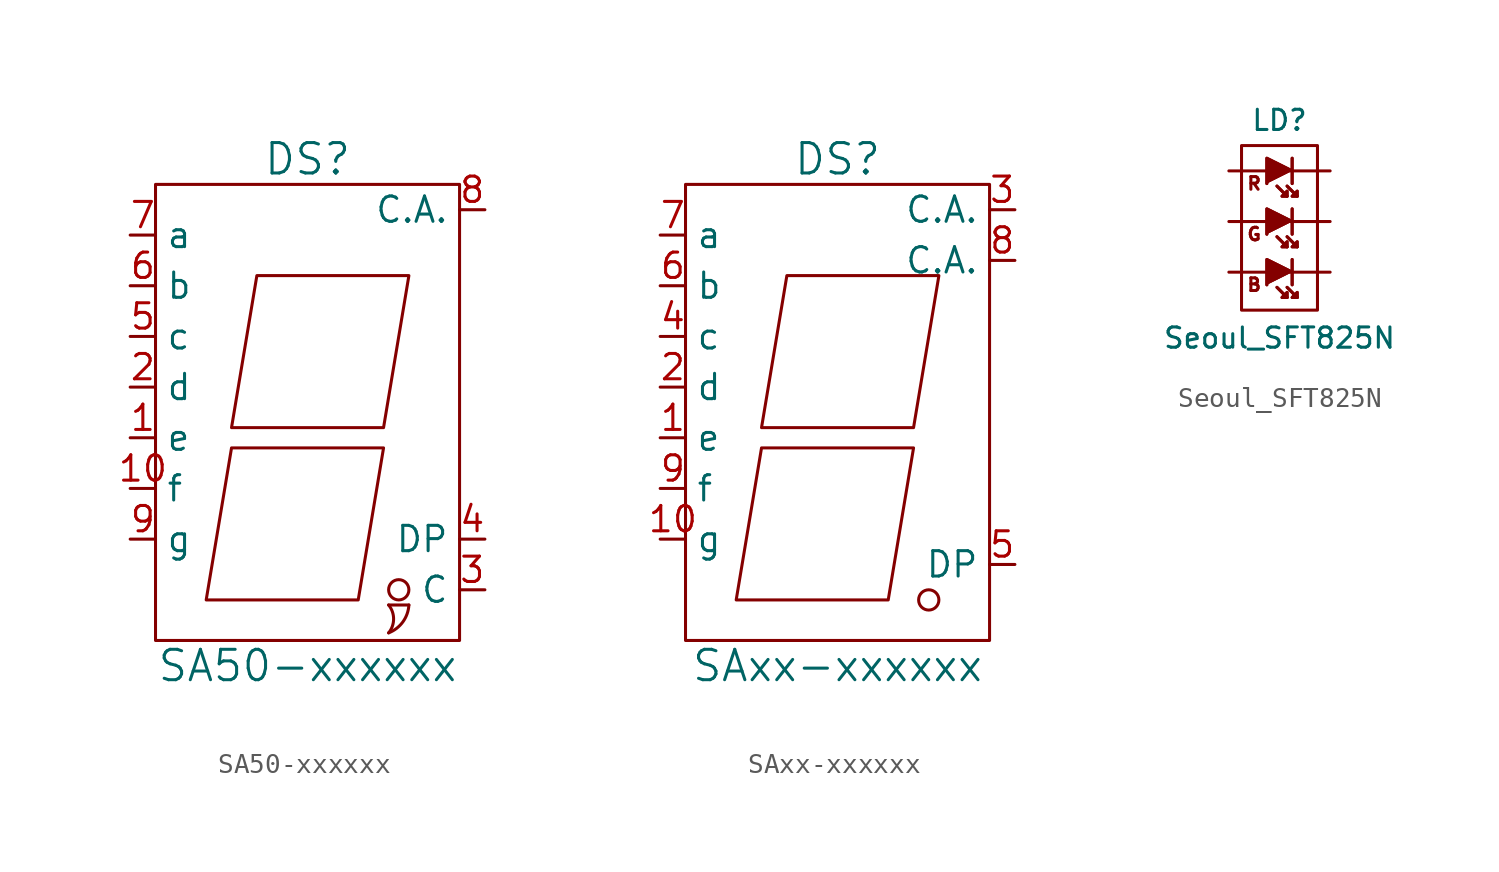
<source format=kicad_sym>
(kicad_symbol_lib
  (version 20220914)
  (generator kicad_symbol_editor)
  (symbol "SA50-xxxxxx"
    (property "Reference" "DS"
      (at 0 13.97 0)
      (effects (font (size 1.524 1.524))))
    (property "Value" "SA50-xxxxxx"
      (at 0 -11.43 0)
      (effects (font (size 1.524 1.524))))
    (property "Footprint" ""
      (at 0 0 0)
      (effects (font (size 1.524 1.524))))
    (property "Datasheet" ""
      (at 0 0 0)
      (effects (font (size 1.524 1.524))))
    (symbol "SA50-xxxxxx_0_1"
      (rectangle (start -7.62 12.7) (end 7.62 -10.16) (stroke (width 0) (type solid)) (fill (type none)))
      (polyline (pts (xy 4.064 -8.382) (xy 5.08 -8.382)) (stroke (width 0) (type solid)) (fill (type none)))
      (polyline (pts (xy -3.81 -0.508) (xy 3.81 -0.508) (xy 2.54 -8.128) (xy -5.08 -8.128) (xy -3.81 -0.508) (xy -3.81 -0.508)) (stroke (width 0) (type solid)) (fill (type none)))
      (polyline (pts (xy -2.54 8.128) (xy 5.08 8.128) (xy 3.81 0.508) (xy -3.81 0.508) (xy -2.54 8.128) (xy -2.54 8.128)) (stroke (width 0) (type solid)) (fill (type none)))
      (arc (start 4.064 -9.779) (mid 4.3134 -9.0779) (end 4.064 -8.382) (stroke (width 0) (type solid)) (fill (type none)))
      (arc (start 4.064 -9.779) (mid 4.7783 -9.2296) (end 5.08 -8.382) (stroke (width 0) (type solid)) (fill (type none)))
      (circle (center 4.572 -7.62) (radius 0.508) (stroke (width 0) (type solid)) (fill (type none))))
    (symbol "SA50-xxxxxx_1_1"
      (pin input line (at -8.89 0 0) (length 1.27) (name "e" (effects (font (size 1.27 1.27)))) (number "1" (effects (font (size 1.27 1.27)))))
      (pin input line (at -8.89 -2.54 0) (length 1.27) (name "f" (effects (font (size 1.27 1.27)))) (number "10" (effects (font (size 1.27 1.27)))))
      (pin input line (at -8.89 2.54 0) (length 1.27) (name "d" (effects (font (size 1.27 1.27)))) (number "2" (effects (font (size 1.27 1.27)))))
      (pin input line (at 8.89 -7.62 180) (length 1.27) (name "C" (effects (font (size 1.27 1.27)))) (number "3" (effects (font (size 1.27 1.27)))))
      (pin input line (at 8.89 -5.08 180) (length 1.27) (name "DP" (effects (font (size 1.27 1.27)))) (number "4" (effects (font (size 1.27 1.27)))))
      (pin input line (at -8.89 5.08 0) (length 1.27) (name "c" (effects (font (size 1.27 1.27)))) (number "5" (effects (font (size 1.27 1.27)))))
      (pin input line (at -8.89 7.62 0) (length 1.27) (name "b" (effects (font (size 1.27 1.27)))) (number "6" (effects (font (size 1.27 1.27)))))
      (pin input line (at -8.89 10.16 0) (length 1.27) (name "a" (effects (font (size 1.27 1.27)))) (number "7" (effects (font (size 1.27 1.27)))))
      (pin input line (at 8.89 11.43 180) (length 1.27) (name "C.A." (effects (font (size 1.27 1.27)))) (number "8" (effects (font (size 1.27 1.27)))))
      (pin input line (at -8.89 -5.08 0) (length 1.27) (name "g" (effects (font (size 1.27 1.27)))) (number "9" (effects (font (size 1.27 1.27)))))))
  (symbol "SAxx-xxxxxx"
    (property "Reference" "DS"
      (at 0 13.97 0)
      (effects (font (size 1.524 1.524))))
    (property "Value" "SAxx-xxxxxx"
      (at 0 -11.43 0)
      (effects (font (size 1.524 1.524))))
    (property "Footprint" ""
      (at 0 0 0)
      (effects (font (size 1.524 1.524))))
    (property "Datasheet" ""
      (at 0 0 0)
      (effects (font (size 1.524 1.524))))
    (symbol "SAxx-xxxxxx_0_1"
      (rectangle (start -7.62 12.7) (end 7.62 -10.16) (stroke (width 0) (type solid)) (fill (type none)))
      (polyline (pts (xy -3.81 -0.508) (xy 3.81 -0.508) (xy 2.54 -8.128) (xy -5.08 -8.128) (xy -3.81 -0.508) (xy -3.81 -0.508)) (stroke (width 0) (type solid)) (fill (type none)))
      (polyline (pts (xy -2.54 8.128) (xy 5.08 8.128) (xy 3.81 0.508) (xy -3.81 0.508) (xy -2.54 8.128) (xy -2.54 8.128)) (stroke (width 0) (type solid)) (fill (type none)))
      (circle (center 4.572 -8.128) (radius 0.508) (stroke (width 0) (type solid)) (fill (type none))))
    (symbol "SAxx-xxxxxx_1_1"
      (pin input line (at -8.89 0 0) (length 1.27) (name "e" (effects (font (size 1.27 1.27)))) (number "1" (effects (font (size 1.27 1.27)))))
      (pin input line (at -8.89 -5.08 0) (length 1.27) (name "g" (effects (font (size 1.27 1.27)))) (number "10" (effects (font (size 1.27 1.27)))))
      (pin input line (at -8.89 2.54 0) (length 1.27) (name "d" (effects (font (size 1.27 1.27)))) (number "2" (effects (font (size 1.27 1.27)))))
      (pin input line (at 8.89 11.43 180) (length 1.27) (name "C.A." (effects (font (size 1.27 1.27)))) (number "3" (effects (font (size 1.27 1.27)))))
      (pin input line (at -8.89 5.08 0) (length 1.27) (name "c" (effects (font (size 1.27 1.27)))) (number "4" (effects (font (size 1.27 1.27)))))
      (pin input line (at 8.89 -6.35 180) (length 1.27) (name "DP" (effects (font (size 1.27 1.27)))) (number "5" (effects (font (size 1.27 1.27)))))
      (pin input line (at -8.89 7.62 0) (length 1.27) (name "b" (effects (font (size 1.27 1.27)))) (number "6" (effects (font (size 1.27 1.27)))))
      (pin input line (at -8.89 10.16 0) (length 1.27) (name "a" (effects (font (size 1.27 1.27)))) (number "7" (effects (font (size 1.27 1.27)))))
      (pin input line (at 8.89 8.89 180) (length 1.27) (name "C.A." (effects (font (size 1.27 1.27)))) (number "8" (effects (font (size 1.27 1.27)))))
      (pin input line (at -8.89 -2.54 0) (length 1.27) (name "f" (effects (font (size 1.27 1.27)))) (number "9" (effects (font (size 1.27 1.27)))))))
  (symbol "Seoul_SFT825N"
    (pin_numbers hide)
    (pin_names
      (offset 1.016) hide)
    (property "Reference" "LD"
      (at 0 5.08 0)
      (effects (font (size 1.016 1.016))))
    (property "Value" "Seoul_SFT825N"
      (at 0 -5.842 0)
      (effects (font (size 1.016 1.016))))
    (property "Footprint" ""
      (at 0 0 0)
      (effects (font (size 1.524 1.524))))
    (property "Datasheet" ""
      (at 0 0 0)
      (effects (font (size 1.524 1.524))))
    (symbol "Seoul_SFT825N_0_0"
      (rectangle (start 1.905 3.81) (end -1.905 -4.445) (stroke (width 0) (type solid)) (fill (type none)))
      (text "B" (at -1.27 -3.175 0) (effects (font (size 0.635 0.635))))
      (text "G" (at -1.27 -0.635 0) (effects (font (size 0.635 0.635))))
      (text "R" (at -1.27 1.905 0) (effects (font (size 0.635 0.635)))))
    (symbol "Seoul_SFT825N_0_1"
      (polyline (pts (xy -0.127 -3.302) (xy 0.381 -3.81) (xy 0.381 -3.81)) (stroke (width 0) (type solid)) (fill (type none)))
      (polyline (pts (xy -0.127 -3.302) (xy 0.381 -3.81) (xy 0.381 -3.81)) (stroke (width 0) (type solid)) (fill (type none)))
      (polyline (pts (xy -0.127 -0.762) (xy 0.381 -1.27) (xy 0.381 -1.27)) (stroke (width 0) (type solid)) (fill (type none)))
      (polyline (pts (xy -0.127 -0.762) (xy 0.381 -1.27) (xy 0.381 -1.27)) (stroke (width 0) (type solid)) (fill (type none)))
      (polyline (pts (xy -0.127 1.778) (xy 0.381 1.27) (xy 0.381 1.27)) (stroke (width 0) (type solid)) (fill (type none)))
      (polyline (pts (xy -0.127 1.778) (xy 0.381 1.27) (xy 0.381 1.27)) (stroke (width 0) (type solid)) (fill (type none)))
      (polyline (pts (xy 0.381 -3.302) (xy 0.889 -3.81) (xy 0.889 -3.81)) (stroke (width 0) (type solid)) (fill (type none)))
      (polyline (pts (xy 0.381 -3.302) (xy 0.889 -3.81) (xy 0.889 -3.81)) (stroke (width 0) (type solid)) (fill (type none)))
      (polyline (pts (xy 0.381 -0.762) (xy 0.889 -1.27) (xy 0.889 -1.27)) (stroke (width 0) (type solid)) (fill (type none)))
      (polyline (pts (xy 0.381 -0.762) (xy 0.889 -1.27) (xy 0.889 -1.27)) (stroke (width 0) (type solid)) (fill (type none)))
      (polyline (pts (xy 0.381 1.778) (xy 0.889 1.27) (xy 0.889 1.27)) (stroke (width 0) (type solid)) (fill (type none)))
      (polyline (pts (xy 0.381 1.778) (xy 0.889 1.27) (xy 0.889 1.27)) (stroke (width 0) (type solid)) (fill (type none)))
      (polyline (pts (xy 0.635 -3.175) (xy 0.635 -1.905) (xy 0.635 -1.905)) (stroke (width 0) (type solid)) (fill (type none)))
      (polyline (pts (xy 0.635 -3.175) (xy 0.635 -1.905) (xy 0.635 -1.905)) (stroke (width 0) (type solid)) (fill (type none)))
      (polyline (pts (xy 0.635 -0.635) (xy 0.635 0.635) (xy 0.635 0.635)) (stroke (width 0) (type solid)) (fill (type none)))
      (polyline (pts (xy 0.635 -0.635) (xy 0.635 0.635) (xy 0.635 0.635)) (stroke (width 0) (type solid)) (fill (type none)))
      (polyline (pts (xy 0.635 1.905) (xy 0.635 3.175) (xy 0.635 3.175)) (stroke (width 0) (type solid)) (fill (type none)))
      (polyline (pts (xy 0.635 1.905) (xy 0.635 3.175) (xy 0.635 3.175)) (stroke (width 0) (type solid)) (fill (type none)))
      (polyline (pts (xy 0.635 -2.54) (xy -0.635 -1.905) (xy -0.635 -3.175) (xy -0.635 -3.175)) (stroke (width 0) (type solid)) (fill (type outline)))
      (polyline (pts (xy 0.635 -2.54) (xy -0.635 -1.905) (xy -0.635 -3.175) (xy -0.635 -3.175)) (stroke (width 0) (type solid)) (fill (type outline)))
      (polyline (pts (xy 0.635 0) (xy -0.635 0.635) (xy -0.635 -0.635) (xy -0.635 -0.635)) (stroke (width 0) (type solid)) (fill (type outline)))
      (polyline (pts (xy 0.635 0) (xy -0.635 0.635) (xy -0.635 -0.635) (xy -0.635 -0.635)) (stroke (width 0) (type solid)) (fill (type outline)))
      (polyline (pts (xy 0.635 2.54) (xy -0.635 3.175) (xy -0.635 1.905) (xy -0.635 1.905)) (stroke (width 0) (type solid)) (fill (type outline)))
      (polyline (pts (xy 0.635 2.54) (xy -0.635 3.175) (xy -0.635 1.905) (xy -0.635 1.905)) (stroke (width 0) (type solid)) (fill (type outline)))
      (polyline (pts (xy 0.889 -3.81) (xy 0.635 -3.81) (xy 0.889 -3.556) (xy 0.889 -3.81) (xy 0.889 -3.81)) (stroke (width 0) (type solid)) (fill (type outline)))
      (polyline (pts (xy 0.889 -3.81) (xy 0.635 -3.81) (xy 0.889 -3.556) (xy 0.889 -3.81) (xy 0.889 -3.81)) (stroke (width 0) (type solid)) (fill (type outline)))
      (polyline (pts (xy 0.889 -1.27) (xy 0.635 -1.27) (xy 0.889 -1.016) (xy 0.889 -1.27) (xy 0.889 -1.27)) (stroke (width 0) (type solid)) (fill (type outline)))
      (polyline (pts (xy 0.889 -1.27) (xy 0.635 -1.27) (xy 0.889 -1.016) (xy 0.889 -1.27) (xy 0.889 -1.27)) (stroke (width 0) (type solid)) (fill (type outline)))
      (polyline (pts (xy 0.889 1.27) (xy 0.635 1.27) (xy 0.889 1.524) (xy 0.889 1.27) (xy 0.889 1.27)) (stroke (width 0) (type solid)) (fill (type outline)))
      (polyline (pts (xy 0.889 1.27) (xy 0.635 1.27) (xy 0.889 1.524) (xy 0.889 1.27) (xy 0.889 1.27)) (stroke (width 0) (type solid)) (fill (type outline)))
      (polyline (pts (xy 0.381 -3.81) (xy 0.127 -3.81) (xy 0.381 -3.556) (xy 0.381 -3.81) (xy 0.381 -3.81) (xy 0.381 -3.81)) (stroke (width 0) (type solid)) (fill (type outline)))
      (polyline (pts (xy 0.381 -3.81) (xy 0.127 -3.81) (xy 0.381 -3.556) (xy 0.381 -3.81) (xy 0.381 -3.81) (xy 0.381 -3.81)) (stroke (width 0) (type solid)) (fill (type outline)))
      (polyline (pts (xy 0.381 -1.27) (xy 0.127 -1.27) (xy 0.381 -1.016) (xy 0.381 -1.27) (xy 0.381 -1.27) (xy 0.381 -1.27)) (stroke (width 0) (type solid)) (fill (type outline)))
      (polyline (pts (xy 0.381 -1.27) (xy 0.127 -1.27) (xy 0.381 -1.016) (xy 0.381 -1.27) (xy 0.381 -1.27) (xy 0.381 -1.27)) (stroke (width 0) (type solid)) (fill (type outline)))
      (polyline (pts (xy 0.381 1.27) (xy 0.127 1.27) (xy 0.381 1.524) (xy 0.381 1.27) (xy 0.381 1.27) (xy 0.381 1.27)) (stroke (width 0) (type solid)) (fill (type outline)))
      (polyline (pts (xy 0.381 1.27) (xy 0.127 1.27) (xy 0.381 1.524) (xy 0.381 1.27) (xy 0.381 1.27) (xy 0.381 1.27)) (stroke (width 0) (type solid)) (fill (type outline))))
    (symbol "Seoul_SFT825N_1_1"
      (pin passive line (at 2.54 2.54 180) (length 2.007) (name "KR" (effects (font (size 1.016 1.016)))) (number "1" (effects (font (size 1.016 1.016)))))
      (pin passive line (at 2.54 0 180) (length 2.007) (name "KG" (effects (font (size 1.016 1.016)))) (number "2" (effects (font (size 1.016 1.016)))))
      (pin passive line (at 2.54 -2.54 180) (length 2.007) (name "KB" (effects (font (size 1.016 1.016)))) (number "3" (effects (font (size 1.016 1.016)))))
      (pin passive line (at -2.54 -2.54 0) (length 2.007) (name "AB" (effects (font (size 1.016 1.016)))) (number "4" (effects (font (size 1.016 1.016)))))
      (pin passive line (at -2.54 0 0) (length 2.007) (name "AG" (effects (font (size 1.016 1.016)))) (number "5" (effects (font (size 1.016 1.016)))))
      (pin passive line (at -2.54 2.54 0) (length 2.007) (name "AR" (effects (font (size 1.016 1.016)))) (number "6" (effects (font (size 1.016 1.016))))))))
</source>
